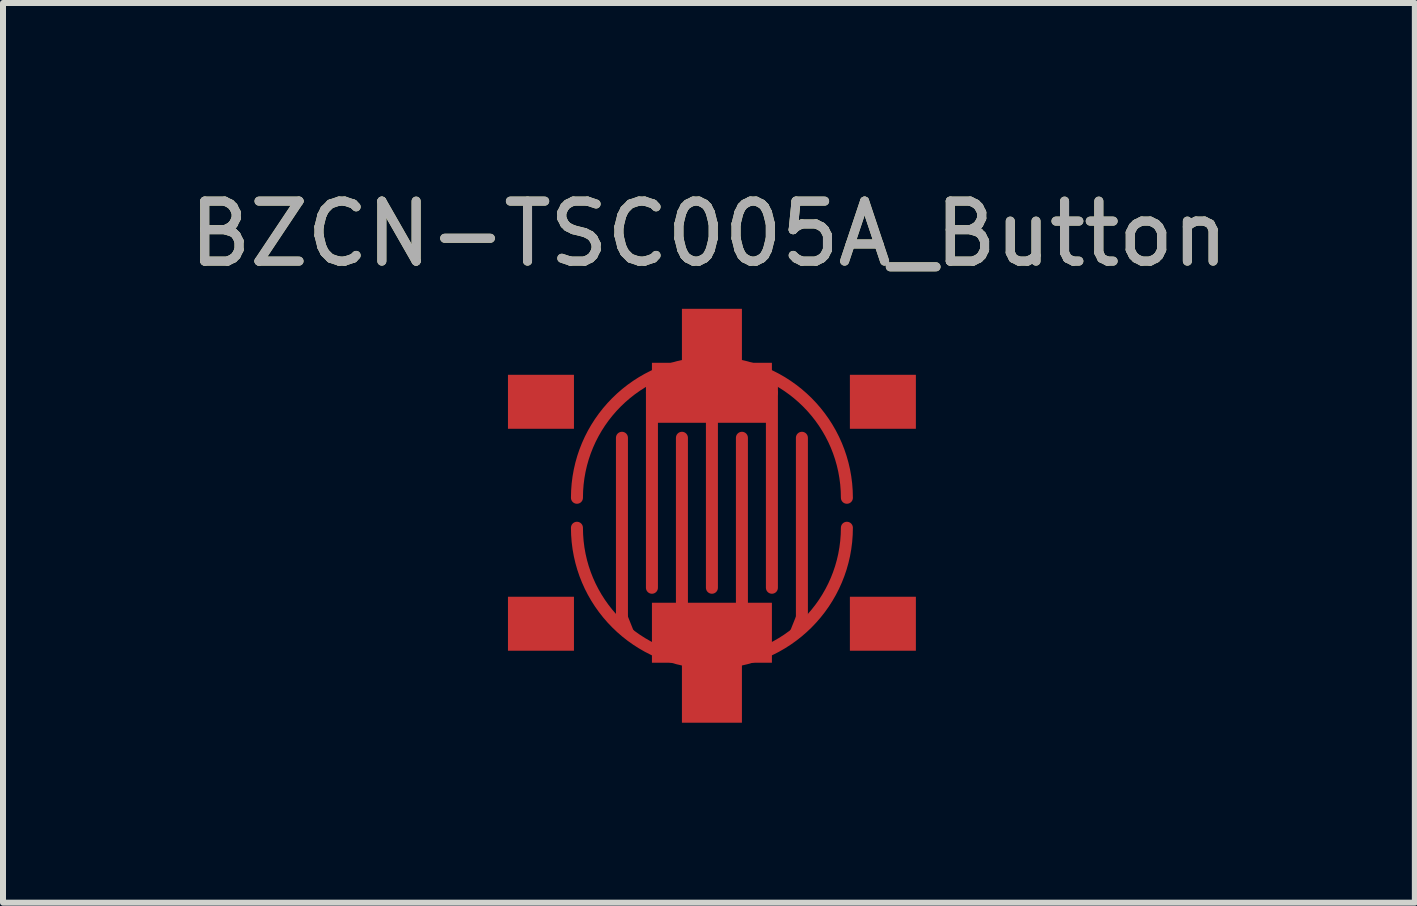
<source format=kicad_pcb>
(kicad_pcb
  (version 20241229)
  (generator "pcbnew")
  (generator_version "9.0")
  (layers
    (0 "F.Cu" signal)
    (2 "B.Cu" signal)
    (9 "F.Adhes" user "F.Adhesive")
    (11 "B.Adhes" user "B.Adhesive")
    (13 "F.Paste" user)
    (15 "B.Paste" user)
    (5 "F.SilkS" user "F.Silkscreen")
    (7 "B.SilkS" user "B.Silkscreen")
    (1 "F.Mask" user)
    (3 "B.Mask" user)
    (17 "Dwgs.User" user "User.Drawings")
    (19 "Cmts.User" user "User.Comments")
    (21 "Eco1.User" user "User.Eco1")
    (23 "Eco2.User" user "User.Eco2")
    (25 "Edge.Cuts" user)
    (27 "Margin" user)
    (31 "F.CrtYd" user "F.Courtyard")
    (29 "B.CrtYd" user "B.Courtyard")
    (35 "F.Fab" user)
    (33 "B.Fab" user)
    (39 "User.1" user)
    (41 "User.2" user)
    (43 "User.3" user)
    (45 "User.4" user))
  (footprint "BZCN-TSC005A_Button"
    (layer "F.Cu")
    (at 8.818 5.498)
    (property "Reference" "BZCN-TSC005A_Button" (at -0.05 -4.65 0) (unlocked yes) (layer "F.SilkS") (effects (font (size 1 1) (thickness 0.15))))
    (attr smd)
    (fp_line (start -1.5 1.75) (end -1.5 -1.25) (stroke (width 0.2) (type solid)) (layer "F.Cu"))
    (fp_line (start -1.5 1.75) (end -1.4 2) (stroke (width 0.2) (type solid)) (layer "F.Cu"))
    (fp_line (start -1 -2) (end -1 -2.2) (stroke (width 0.2) (type solid)) (layer "F.Cu"))
    (fp_line (start -1 -2) (end -1 1.25) (stroke (width 0.2) (type solid)) (layer "F.Cu"))
    (fp_line (start -0.5 1.5) (end -0.5 -1.25) (stroke (width 0.2) (type solid)) (layer "F.Cu"))
    (fp_line (start 0 -1.5) (end 0 1.25) (stroke (width 0.2) (type solid)) (layer "F.Cu"))
    (fp_line (start 0.5 1.5) (end 0.5 -1.25) (stroke (width 0.2) (type solid)) (layer "F.Cu"))
    (fp_line (start 1 -2) (end 1 -2.2) (stroke (width 0.2) (type solid)) (layer "F.Cu"))
    (fp_line (start 1 -2) (end 1 1.25) (stroke (width 0.2) (type solid)) (layer "F.Cu"))
    (fp_line (start 1.5 1.75) (end 1.4 2) (stroke (width 0.2) (type solid)) (layer "F.Cu"))
    (fp_line (start 1.5 1.75) (end 1.5 -1.25) (stroke (width 0.2) (type solid)) (layer "F.Cu"))
    (fp_arc (start -2.25 -0.25) (mid 0 -2.5) (end 2.25 -0.25) (stroke (width 0.2) (type solid)) (layer "F.Cu"))
    (fp_arc (start 2.25 0.25) (mid 0 2.5) (end -2.25 0.25) (stroke (width 0.2) (type solid)) (layer "F.Cu"))
    (fp_line (start -1.5 -1.25) (end -1.5 1.75) (stroke (width 0.2) (type solid)) (layer "F.Mask"))
    (fp_line (start -1 -2.25) (end -1 1.25) (stroke (width 0.2) (type solid)) (layer "F.Mask"))
    (fp_line (start -0.5 -1.25) (end -0.5 1.5) (stroke (width 0.2) (type solid)) (layer "F.Mask"))
    (fp_line (start 0 -1.5) (end 0 1.25) (stroke (width 0.2) (type solid)) (layer "F.Mask"))
    (fp_line (start 0.5 -1.25) (end 0.5 1.5) (stroke (width 0.2) (type solid)) (layer "F.Mask"))
    (fp_line (start 1 -2.25) (end 1 1.25) (stroke (width 0.2) (type solid)) (layer "F.Mask"))
    (fp_line (start 1.5 -1.25) (end 1.5 1.75) (stroke (width 0.2) (type solid)) (layer "F.Mask"))
    (fp_arc (start -2.25 -0.25) (mid 0 -2.5) (end 2.25 -0.25) (stroke (width 0.2) (type solid)) (layer "F.Mask"))
    (fp_arc (start 2.25 0.25) (mid 0 2.5) (end -2.25 0.25) (stroke (width 0.2) (type solid)) (layer "F.Mask"))
    (fp_text user "${REFERENCE}" (at -0.05 -4.65 0) (unlocked yes) (layer "F.Fab") (effects (font (size 1 1) (thickness 0.15))))
    (pad "" smd rect (at 0 -2) (size 2 1) (layers "F.Cu" "F.Mask"))
    (pad "" smd rect (at 0 2) (size 2 1) (layers "F.Cu" "F.Mask"))
    (pad "1" smd rect (at -2.85 -1.85) (size 1.1 0.9) (layers "F.Cu" "F.Mask" "F.Paste"))
    (pad "1" smd rect (at 0 -2.9) (size 1 1) (layers "F.Cu" "F.Mask"))
    (pad "1" smd rect (at 2.85 -1.85) (size 1.1 0.9) (layers "F.Cu" "F.Mask" "F.Paste"))
    (pad "2" smd rect (at -2.85 1.85) (size 1.1 0.9) (layers "F.Cu" "F.Mask" "F.Paste"))
    (pad "2" smd rect (at 0 3) (size 1 1) (layers "F.Cu" "F.Mask"))
    (pad "2" smd rect (at 2.85 1.85) (size 1.1 0.9) (layers "F.Cu" "F.Mask" "F.Paste")))
  (gr_rect
    (start -3 -3)
    (end 20.536 11.998)
    (stroke (width 0.1) (type default))
    (fill no)
    (layer "Edge.Cuts")))
</source>
